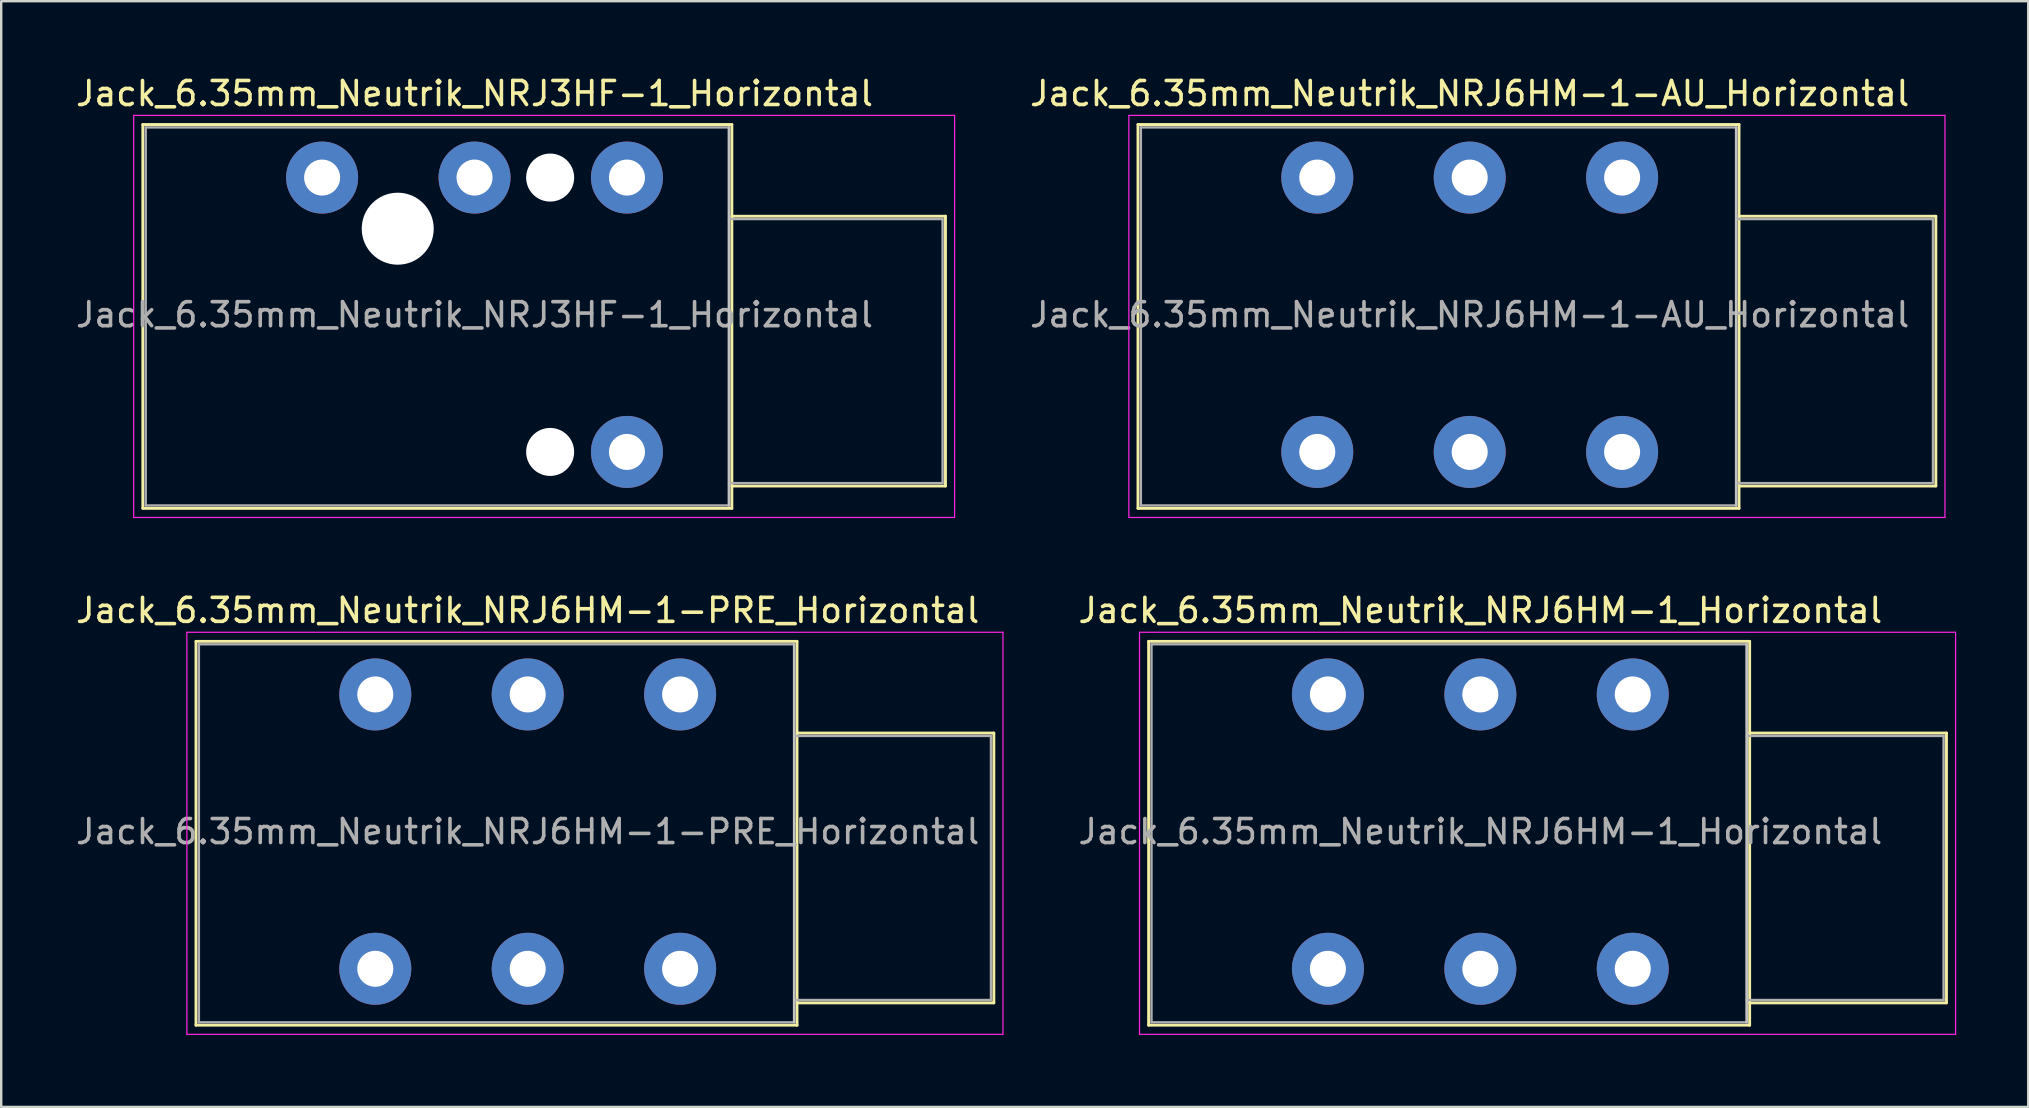
<source format=kicad_pcb>
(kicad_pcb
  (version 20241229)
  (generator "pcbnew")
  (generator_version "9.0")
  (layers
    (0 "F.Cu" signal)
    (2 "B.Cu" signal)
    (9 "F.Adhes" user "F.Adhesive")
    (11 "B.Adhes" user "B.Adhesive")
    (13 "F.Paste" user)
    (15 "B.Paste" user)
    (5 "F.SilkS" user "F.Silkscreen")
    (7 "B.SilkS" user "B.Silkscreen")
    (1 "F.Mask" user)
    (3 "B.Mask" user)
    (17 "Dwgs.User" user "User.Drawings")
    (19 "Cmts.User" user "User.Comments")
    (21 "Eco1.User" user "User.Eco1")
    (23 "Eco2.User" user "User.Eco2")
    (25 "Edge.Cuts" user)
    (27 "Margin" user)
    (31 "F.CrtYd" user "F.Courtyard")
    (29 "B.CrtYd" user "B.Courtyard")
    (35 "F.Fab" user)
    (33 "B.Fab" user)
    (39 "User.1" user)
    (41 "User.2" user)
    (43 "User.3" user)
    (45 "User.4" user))
  (footprint "Jack_6.35mm_Neutrik_NRJ6HM-1-AU_Horizontal"
    (layer "F.Cu")
    (at 51.83 4.348)
    (property "Reference" "Jack_6.35mm_Neutrik_NRJ6HM-1-AU_Horizontal" (at 6.35 -3.5 0) (layer "F.SilkS") (effects (font (size 1 1) (thickness 0.15))))
    (attr through_hole)
    (fp_line (start -7.47 -2.21) (end 17.57 -2.21) (stroke (width 0.12) (type solid)) (layer "F.SilkS"))
    (fp_line (start -7.47 13.78) (end -7.47 -2.21) (stroke (width 0.12) (type solid)) (layer "F.SilkS"))
    (fp_line (start -7.47 13.78) (end 17.57 13.78) (stroke (width 0.12) (type solid)) (layer "F.SilkS"))
    (fp_line (start 17.57 -2.21) (end 17.57 13.78) (stroke (width 0.12) (type solid)) (layer "F.SilkS"))
    (fp_line (start 25.77 1.61) (end 17.57 1.61) (stroke (width 0.12) (type solid)) (layer "F.SilkS"))
    (fp_line (start 25.77 12.85) (end 17.57 12.85) (stroke (width 0.12) (type solid)) (layer "F.SilkS"))
    (fp_line (start 25.77 12.85) (end 25.77 1.61) (stroke (width 0.12) (type solid)) (layer "F.SilkS"))
    (fp_line (start 17.45 -2.09) (end 17.45 13.66) (stroke (width 0.1) (type solid)) (layer "Dwgs.User"))
    (fp_line (start -7.85 14.16) (end -7.85 -2.59) (stroke (width 0.05) (type solid)) (layer "F.CrtYd"))
    (fp_line (start -7.85 14.16) (end 26.15 14.16) (stroke (width 0.05) (type solid)) (layer "F.CrtYd"))
    (fp_line (start 26.15 -2.59) (end -7.85 -2.59) (stroke (width 0.05) (type solid)) (layer "F.CrtYd"))
    (fp_line (start 26.15 14.16) (end 26.15 -2.59) (stroke (width 0.05) (type solid)) (layer "F.CrtYd"))
    (fp_line (start -7.35 -2.09) (end 17.45 -2.09) (stroke (width 0.1) (type solid)) (layer "F.Fab"))
    (fp_line (start -7.35 13.66) (end -7.35 -2.09) (stroke (width 0.1) (type solid)) (layer "F.Fab"))
    (fp_line (start 17.45 -2.09) (end 17.45 13.66) (stroke (width 0.1) (type solid)) (layer "F.Fab"))
    (fp_line (start 17.45 12.73) (end 25.65 12.73) (stroke (width 0.1) (type solid)) (layer "F.Fab"))
    (fp_line (start 17.45 13.66) (end -7.35 13.66) (stroke (width 0.1) (type solid)) (layer "F.Fab"))
    (fp_line (start 25.65 1.73) (end 17.45 1.73) (stroke (width 0.1) (type solid)) (layer "F.Fab"))
    (fp_line (start 25.65 12.73) (end 25.65 1.73) (stroke (width 0.1) (type solid)) (layer "F.Fab"))
    (fp_text user "${REFERENCE}" (at 6.35 5.715 0) (layer "F.Fab") (effects (font (size 1 1) (thickness 0.15))))
    (pad "R" thru_hole circle (at 6.35 0) (size 3 3) (drill 1.5) (layers "*.Cu" "*.Mask"))
    (pad "RN" thru_hole circle (at 6.35 11.43) (size 3 3) (drill 1.5) (layers "*.Cu" "*.Mask"))
    (pad "S" thru_hole circle (at 12.7 0) (size 3 3) (drill 1.5) (layers "*.Cu" "*.Mask"))
    (pad "SN" thru_hole circle (at 12.7 11.43) (size 3 3) (drill 1.5) (layers "*.Cu" "*.Mask"))
    (pad "T" thru_hole circle (at 0 0) (size 3 3) (drill 1.5) (layers "*.Cu" "*.Mask"))
    (pad "TN" thru_hole circle (at 0 11.43) (size 3 3) (drill 1.5) (layers "*.Cu" "*.Mask")))
  (footprint "Jack_6.35mm_Neutrik_NRJ3HF-1_Horizontal"
    (layer "F.Cu")
    (at 10.37 4.348)
    (property "Reference" "Jack_6.35mm_Neutrik_NRJ3HF-1_Horizontal" (at 6.35 -3.5 0) (layer "F.SilkS") (effects (font (size 1 1) (thickness 0.15))))
    (attr through_hole)
    (fp_line (start -7.47 -2.21) (end 17.07 -2.21) (stroke (width 0.12) (type solid)) (layer "F.SilkS"))
    (fp_line (start -7.47 13.78) (end -7.47 -2.21) (stroke (width 0.12) (type solid)) (layer "F.SilkS"))
    (fp_line (start -7.47 13.78) (end 17.07 13.78) (stroke (width 0.12) (type solid)) (layer "F.SilkS"))
    (fp_line (start 17.07 -2.21) (end 17.07 13.78) (stroke (width 0.12) (type solid)) (layer "F.SilkS"))
    (fp_line (start 25.97 1.61) (end 17.07 1.61) (stroke (width 0.12) (type solid)) (layer "F.SilkS"))
    (fp_line (start 25.97 12.85) (end 17.07 12.85) (stroke (width 0.12) (type solid)) (layer "F.SilkS"))
    (fp_line (start 25.97 12.85) (end 25.97 1.61) (stroke (width 0.12) (type solid)) (layer "F.SilkS"))
    (fp_line (start 16.95 -2.09) (end 16.95 13.66) (stroke (width 0.1) (type solid)) (layer "Dwgs.User"))
    (fp_line (start -7.85 14.16) (end -7.85 -2.59) (stroke (width 0.05) (type solid)) (layer "F.CrtYd"))
    (fp_line (start -7.85 14.16) (end 26.35 14.16) (stroke (width 0.05) (type solid)) (layer "F.CrtYd"))
    (fp_line (start 26.35 -2.59) (end -7.85 -2.59) (stroke (width 0.05) (type solid)) (layer "F.CrtYd"))
    (fp_line (start 26.35 14.16) (end 26.35 -2.59) (stroke (width 0.05) (type solid)) (layer "F.CrtYd"))
    (fp_line (start -7.35 -2.09) (end 16.95 -2.09) (stroke (width 0.1) (type solid)) (layer "F.Fab"))
    (fp_line (start -7.35 13.66) (end -7.35 -2.09) (stroke (width 0.1) (type solid)) (layer "F.Fab"))
    (fp_line (start 16.95 -2.09) (end 16.95 13.66) (stroke (width 0.1) (type solid)) (layer "F.Fab"))
    (fp_line (start 16.95 12.73) (end 25.85 12.73) (stroke (width 0.1) (type solid)) (layer "F.Fab"))
    (fp_line (start 16.95 13.66) (end -7.35 13.66) (stroke (width 0.1) (type solid)) (layer "F.Fab"))
    (fp_line (start 25.85 1.73) (end 16.95 1.73) (stroke (width 0.1) (type solid)) (layer "F.Fab"))
    (fp_line (start 25.85 12.73) (end 25.85 1.73) (stroke (width 0.1) (type solid)) (layer "F.Fab"))
    (fp_text user "${REFERENCE}" (at 6.35 5.715 0) (layer "F.Fab") (effects (font (size 1 1) (thickness 0.15))))
    (pad "" np_thru_hole circle (at 3.15 2.13) (size 3 3) (drill 3) (layers "*.Cu" "*.Mask"))
    (pad "" np_thru_hole circle (at 9.5 0) (size 2 2) (drill 2) (layers "*.Cu" "*.Mask"))
    (pad "" np_thru_hole circle (at 9.5 11.43) (size 2 2) (drill 2) (layers "*.Cu" "*.Mask"))
    (pad "G" thru_hole circle (at 12.7 11.43) (size 3 3) (drill 1.5) (layers "*.Cu" "*.Mask"))
    (pad "R" thru_hole circle (at 6.35 0) (size 3 3) (drill 1.5) (layers "*.Cu" "*.Mask"))
    (pad "S" thru_hole circle (at 12.7 0) (size 3 3) (drill 1.5) (layers "*.Cu" "*.Mask"))
    (pad "T" thru_hole circle (at 0 0) (size 3 3) (drill 1.5) (layers "*.Cu" "*.Mask")))
  (footprint "Jack_6.35mm_Neutrik_NRJ6HM-1_Horizontal"
    (layer "F.Cu")
    (at 52.273 25.881)
    (property "Reference" "Jack_6.35mm_Neutrik_NRJ6HM-1_Horizontal" (at 6.35 -3.5 0) (layer "F.SilkS") (effects (font (size 1 1) (thickness 0.15))))
    (attr through_hole)
    (fp_line (start -7.47 -2.21) (end 17.57 -2.21) (stroke (width 0.12) (type solid)) (layer "F.SilkS"))
    (fp_line (start -7.47 13.78) (end -7.47 -2.21) (stroke (width 0.12) (type solid)) (layer "F.SilkS"))
    (fp_line (start -7.47 13.78) (end 17.57 13.78) (stroke (width 0.12) (type solid)) (layer "F.SilkS"))
    (fp_line (start 17.57 -2.21) (end 17.57 13.78) (stroke (width 0.12) (type solid)) (layer "F.SilkS"))
    (fp_line (start 25.77 1.61) (end 17.57 1.61) (stroke (width 0.12) (type solid)) (layer "F.SilkS"))
    (fp_line (start 25.77 12.85) (end 17.57 12.85) (stroke (width 0.12) (type solid)) (layer "F.SilkS"))
    (fp_line (start 25.77 12.85) (end 25.77 1.61) (stroke (width 0.12) (type solid)) (layer "F.SilkS"))
    (fp_line (start 17.45 -2.09) (end 17.45 13.66) (stroke (width 0.1) (type solid)) (layer "Dwgs.User"))
    (fp_line (start -7.85 14.16) (end -7.85 -2.59) (stroke (width 0.05) (type solid)) (layer "F.CrtYd"))
    (fp_line (start -7.85 14.16) (end 26.15 14.16) (stroke (width 0.05) (type solid)) (layer "F.CrtYd"))
    (fp_line (start 26.15 -2.59) (end -7.85 -2.59) (stroke (width 0.05) (type solid)) (layer "F.CrtYd"))
    (fp_line (start 26.15 14.16) (end 26.15 -2.59) (stroke (width 0.05) (type solid)) (layer "F.CrtYd"))
    (fp_line (start -7.35 -2.09) (end 17.45 -2.09) (stroke (width 0.1) (type solid)) (layer "F.Fab"))
    (fp_line (start -7.35 13.66) (end -7.35 -2.09) (stroke (width 0.1) (type solid)) (layer "F.Fab"))
    (fp_line (start 17.45 -2.09) (end 17.45 13.66) (stroke (width 0.1) (type solid)) (layer "F.Fab"))
    (fp_line (start 17.45 12.73) (end 25.65 12.73) (stroke (width 0.1) (type solid)) (layer "F.Fab"))
    (fp_line (start 17.45 13.66) (end -7.35 13.66) (stroke (width 0.1) (type solid)) (layer "F.Fab"))
    (fp_line (start 25.65 1.73) (end 17.45 1.73) (stroke (width 0.1) (type solid)) (layer "F.Fab"))
    (fp_line (start 25.65 12.73) (end 25.65 1.73) (stroke (width 0.1) (type solid)) (layer "F.Fab"))
    (fp_text user "${REFERENCE}" (at 6.35 5.715 0) (layer "F.Fab") (effects (font (size 1 1) (thickness 0.15))))
    (pad "R" thru_hole circle (at 6.35 0) (size 3 3) (drill 1.5) (layers "*.Cu" "*.Mask"))
    (pad "RN" thru_hole circle (at 6.35 11.43) (size 3 3) (drill 1.5) (layers "*.Cu" "*.Mask"))
    (pad "S" thru_hole circle (at 12.7 0) (size 3 3) (drill 1.5) (layers "*.Cu" "*.Mask"))
    (pad "SN" thru_hole circle (at 12.7 11.43) (size 3 3) (drill 1.5) (layers "*.Cu" "*.Mask"))
    (pad "T" thru_hole circle (at 0 0) (size 3 3) (drill 1.5) (layers "*.Cu" "*.Mask"))
    (pad "TN" thru_hole circle (at 0 11.43) (size 3 3) (drill 1.5) (layers "*.Cu" "*.Mask")))
  (footprint "Jack_6.35mm_Neutrik_NRJ6HM-1-PRE_Horizontal"
    (layer "F.Cu")
    (at 12.585 25.881)
    (property "Reference" "Jack_6.35mm_Neutrik_NRJ6HM-1-PRE_Horizontal" (at 6.35 -3.5 0) (layer "F.SilkS") (effects (font (size 1 1) (thickness 0.15))))
    (attr through_hole)
    (fp_line (start -7.47 -2.21) (end 17.57 -2.21) (stroke (width 0.12) (type solid)) (layer "F.SilkS"))
    (fp_line (start -7.47 13.78) (end -7.47 -2.21) (stroke (width 0.12) (type solid)) (layer "F.SilkS"))
    (fp_line (start -7.47 13.78) (end 17.57 13.78) (stroke (width 0.12) (type solid)) (layer "F.SilkS"))
    (fp_line (start 17.57 -2.21) (end 17.57 13.78) (stroke (width 0.12) (type solid)) (layer "F.SilkS"))
    (fp_line (start 25.77 1.61) (end 17.57 1.61) (stroke (width 0.12) (type solid)) (layer "F.SilkS"))
    (fp_line (start 25.77 12.85) (end 17.57 12.85) (stroke (width 0.12) (type solid)) (layer "F.SilkS"))
    (fp_line (start 25.77 12.85) (end 25.77 1.61) (stroke (width 0.12) (type solid)) (layer "F.SilkS"))
    (fp_line (start 17.45 -2.09) (end 17.45 13.66) (stroke (width 0.1) (type solid)) (layer "Dwgs.User"))
    (fp_line (start -7.85 14.16) (end -7.85 -2.59) (stroke (width 0.05) (type solid)) (layer "F.CrtYd"))
    (fp_line (start -7.85 14.16) (end 26.15 14.16) (stroke (width 0.05) (type solid)) (layer "F.CrtYd"))
    (fp_line (start 26.15 -2.59) (end -7.85 -2.59) (stroke (width 0.05) (type solid)) (layer "F.CrtYd"))
    (fp_line (start 26.15 14.16) (end 26.15 -2.59) (stroke (width 0.05) (type solid)) (layer "F.CrtYd"))
    (fp_line (start -7.35 -2.09) (end 17.45 -2.09) (stroke (width 0.1) (type solid)) (layer "F.Fab"))
    (fp_line (start -7.35 13.66) (end -7.35 -2.09) (stroke (width 0.1) (type solid)) (layer "F.Fab"))
    (fp_line (start 17.45 -2.09) (end 17.45 13.66) (stroke (width 0.1) (type solid)) (layer "F.Fab"))
    (fp_line (start 17.45 12.73) (end 25.65 12.73) (stroke (width 0.1) (type solid)) (layer "F.Fab"))
    (fp_line (start 17.45 13.66) (end -7.35 13.66) (stroke (width 0.1) (type solid)) (layer "F.Fab"))
    (fp_line (start 25.65 1.73) (end 17.45 1.73) (stroke (width 0.1) (type solid)) (layer "F.Fab"))
    (fp_line (start 25.65 12.73) (end 25.65 1.73) (stroke (width 0.1) (type solid)) (layer "F.Fab"))
    (fp_text user "${REFERENCE}" (at 6.35 5.715 0) (layer "F.Fab") (effects (font (size 1 1) (thickness 0.15))))
    (pad "R" thru_hole circle (at 6.35 0) (size 3 3) (drill 1.5) (layers "*.Cu" "*.Mask"))
    (pad "RN" thru_hole circle (at 6.35 11.43) (size 3 3) (drill 1.5) (layers "*.Cu" "*.Mask"))
    (pad "S" thru_hole circle (at 12.7 0) (size 3 3) (drill 1.5) (layers "*.Cu" "*.Mask"))
    (pad "S" thru_hole circle (at 12.7 11.43) (size 3 3) (drill 1.5) (layers "*.Cu" "*.Mask"))
    (pad "T" thru_hole circle (at 0 0) (size 3 3) (drill 1.5) (layers "*.Cu" "*.Mask"))
    (pad "TN" thru_hole circle (at 0 11.43) (size 3 3) (drill 1.5) (layers "*.Cu" "*.Mask")))
  (gr_rect
    (start -3 -3)
    (end 81.448 43.066)
    (stroke (width 0.1) (type default))
    (fill no)
    (layer "Edge.Cuts")))
</source>
